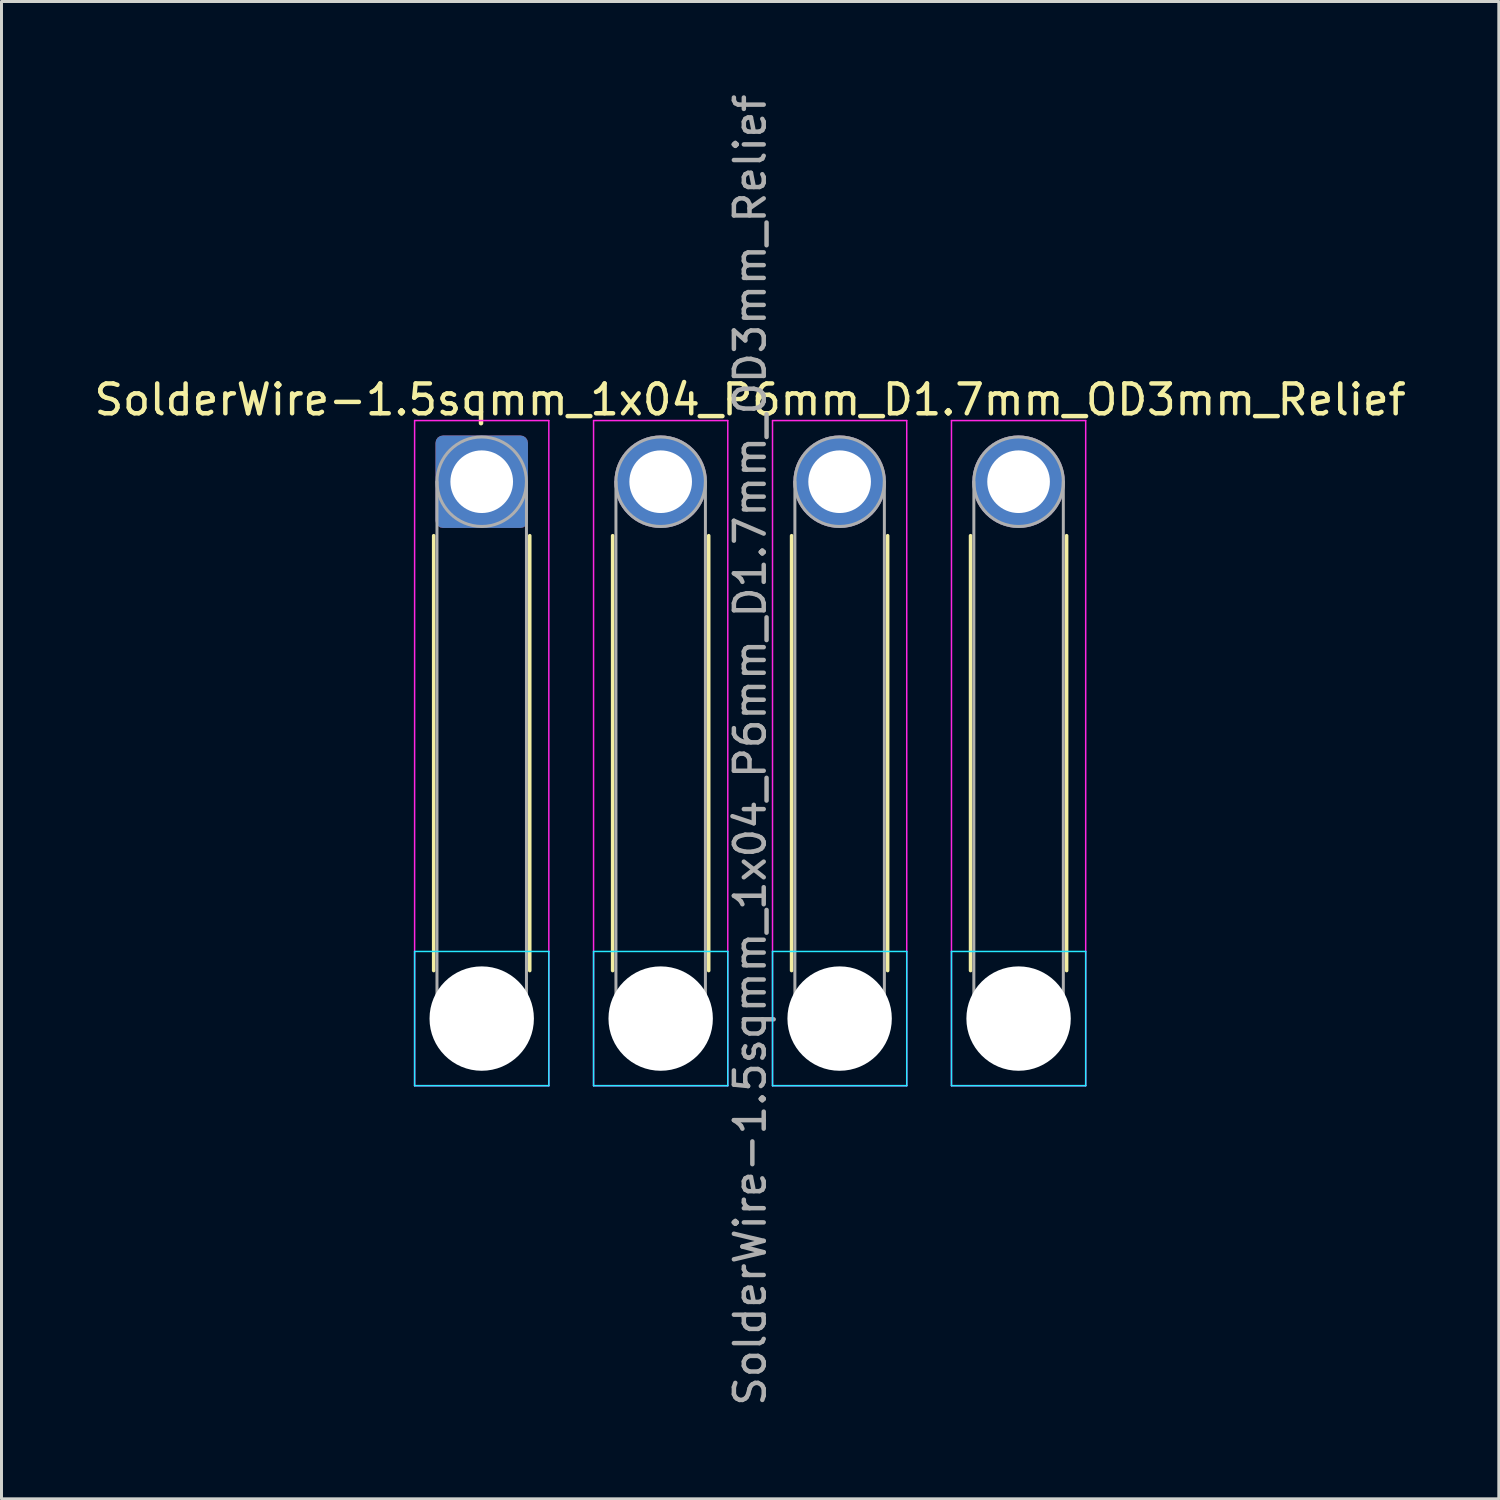
<source format=kicad_pcb>
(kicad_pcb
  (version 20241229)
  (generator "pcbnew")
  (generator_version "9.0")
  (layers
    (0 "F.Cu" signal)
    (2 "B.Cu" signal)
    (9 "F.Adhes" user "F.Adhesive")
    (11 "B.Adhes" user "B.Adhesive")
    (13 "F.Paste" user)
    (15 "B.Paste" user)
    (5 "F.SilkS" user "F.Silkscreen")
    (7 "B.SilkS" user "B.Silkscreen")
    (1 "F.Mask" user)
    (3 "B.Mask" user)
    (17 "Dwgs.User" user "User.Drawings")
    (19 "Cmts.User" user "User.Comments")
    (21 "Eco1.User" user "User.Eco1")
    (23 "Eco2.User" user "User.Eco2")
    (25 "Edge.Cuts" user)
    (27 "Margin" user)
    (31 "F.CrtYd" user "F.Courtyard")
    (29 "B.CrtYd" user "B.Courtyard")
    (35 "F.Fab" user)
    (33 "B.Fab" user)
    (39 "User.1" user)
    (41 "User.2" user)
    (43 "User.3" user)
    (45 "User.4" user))
  (footprint "SolderWire-1.5sqmm_1x04_P6mm_D1.7mm_OD3mm_Relief"
    (layer "F.Cu")
    (at 13.101 13.101)
    (property "Reference" "SolderWire-1.5sqmm_1x04_P6mm_D1.7mm_OD3mm_Relief" (at 9 -2.75 0) (layer "F.SilkS") (effects (font (size 1 1) (thickness 0.15))))
    (attr exclude_from_pos_files exclude_from_bom)
    (fp_line (start -1.61 1.81) (end -1.61 16.39) (stroke (width 0.12) (type solid)) (layer "F.SilkS"))
    (fp_line (start 1.61 1.81) (end 1.61 16.39) (stroke (width 0.12) (type solid)) (layer "F.SilkS"))
    (fp_line (start 4.39 1.81) (end 4.39 16.39) (stroke (width 0.12) (type solid)) (layer "F.SilkS"))
    (fp_line (start 7.61 1.81) (end 7.61 16.39) (stroke (width 0.12) (type solid)) (layer "F.SilkS"))
    (fp_line (start 10.39 1.81) (end 10.39 16.39) (stroke (width 0.12) (type solid)) (layer "F.SilkS"))
    (fp_line (start 13.61 1.81) (end 13.61 16.39) (stroke (width 0.12) (type solid)) (layer "F.SilkS"))
    (fp_line (start 16.39 1.81) (end 16.39 16.39) (stroke (width 0.12) (type solid)) (layer "F.SilkS"))
    (fp_line (start 19.61 1.81) (end 19.61 16.39) (stroke (width 0.12) (type solid)) (layer "F.SilkS"))
    (fp_line (start -2.25 15.75) (end -2.25 20.25) (stroke (width 0.05) (type solid)) (layer "B.CrtYd"))
    (fp_line (start -2.25 20.25) (end 2.25 20.25) (stroke (width 0.05) (type solid)) (layer "B.CrtYd"))
    (fp_line (start 2.25 15.75) (end -2.25 15.75) (stroke (width 0.05) (type solid)) (layer "B.CrtYd"))
    (fp_line (start 2.25 20.25) (end 2.25 15.75) (stroke (width 0.05) (type solid)) (layer "B.CrtYd"))
    (fp_line (start 3.75 15.75) (end 3.75 20.25) (stroke (width 0.05) (type solid)) (layer "B.CrtYd"))
    (fp_line (start 3.75 20.25) (end 8.25 20.25) (stroke (width 0.05) (type solid)) (layer "B.CrtYd"))
    (fp_line (start 8.25 15.75) (end 3.75 15.75) (stroke (width 0.05) (type solid)) (layer "B.CrtYd"))
    (fp_line (start 8.25 20.25) (end 8.25 15.75) (stroke (width 0.05) (type solid)) (layer "B.CrtYd"))
    (fp_line (start 9.75 15.75) (end 9.75 20.25) (stroke (width 0.05) (type solid)) (layer "B.CrtYd"))
    (fp_line (start 9.75 20.25) (end 14.25 20.25) (stroke (width 0.05) (type solid)) (layer "B.CrtYd"))
    (fp_line (start 14.25 15.75) (end 9.75 15.75) (stroke (width 0.05) (type solid)) (layer "B.CrtYd"))
    (fp_line (start 14.25 20.25) (end 14.25 15.75) (stroke (width 0.05) (type solid)) (layer "B.CrtYd"))
    (fp_line (start 15.75 15.75) (end 15.75 20.25) (stroke (width 0.05) (type solid)) (layer "B.CrtYd"))
    (fp_line (start 15.75 20.25) (end 20.25 20.25) (stroke (width 0.05) (type solid)) (layer "B.CrtYd"))
    (fp_line (start 20.25 15.75) (end 15.75 15.75) (stroke (width 0.05) (type solid)) (layer "B.CrtYd"))
    (fp_line (start 20.25 20.25) (end 20.25 15.75) (stroke (width 0.05) (type solid)) (layer "B.CrtYd"))
    (fp_line (start -2.25 -2.05) (end -2.25 20.25) (stroke (width 0.05) (type solid)) (layer "F.CrtYd"))
    (fp_line (start -2.25 20.25) (end 2.25 20.25) (stroke (width 0.05) (type solid)) (layer "F.CrtYd"))
    (fp_line (start 2.25 -2.05) (end -2.25 -2.05) (stroke (width 0.05) (type solid)) (layer "F.CrtYd"))
    (fp_line (start 2.25 20.25) (end 2.25 -2.05) (stroke (width 0.05) (type solid)) (layer "F.CrtYd"))
    (fp_line (start 3.75 -2.05) (end 3.75 20.25) (stroke (width 0.05) (type solid)) (layer "F.CrtYd"))
    (fp_line (start 3.75 20.25) (end 8.25 20.25) (stroke (width 0.05) (type solid)) (layer "F.CrtYd"))
    (fp_line (start 8.25 -2.05) (end 3.75 -2.05) (stroke (width 0.05) (type solid)) (layer "F.CrtYd"))
    (fp_line (start 8.25 20.25) (end 8.25 -2.05) (stroke (width 0.05) (type solid)) (layer "F.CrtYd"))
    (fp_line (start 9.75 -2.05) (end 9.75 20.25) (stroke (width 0.05) (type solid)) (layer "F.CrtYd"))
    (fp_line (start 9.75 20.25) (end 14.25 20.25) (stroke (width 0.05) (type solid)) (layer "F.CrtYd"))
    (fp_line (start 14.25 -2.05) (end 9.75 -2.05) (stroke (width 0.05) (type solid)) (layer "F.CrtYd"))
    (fp_line (start 14.25 20.25) (end 14.25 -2.05) (stroke (width 0.05) (type solid)) (layer "F.CrtYd"))
    (fp_line (start 15.75 -2.05) (end 15.75 20.25) (stroke (width 0.05) (type solid)) (layer "F.CrtYd"))
    (fp_line (start 15.75 20.25) (end 20.25 20.25) (stroke (width 0.05) (type solid)) (layer "F.CrtYd"))
    (fp_line (start 20.25 -2.05) (end 15.75 -2.05) (stroke (width 0.05) (type solid)) (layer "F.CrtYd"))
    (fp_line (start 20.25 20.25) (end 20.25 -2.05) (stroke (width 0.05) (type solid)) (layer "F.CrtYd"))
    (fp_line (start -1.5 0) (end -1.5 18) (stroke (width 0.1) (type solid)) (layer "F.Fab"))
    (fp_line (start 1.5 0) (end 1.5 18) (stroke (width 0.1) (type solid)) (layer "F.Fab"))
    (fp_line (start 4.5 0) (end 4.5 18) (stroke (width 0.1) (type solid)) (layer "F.Fab"))
    (fp_line (start 7.5 0) (end 7.5 18) (stroke (width 0.1) (type solid)) (layer "F.Fab"))
    (fp_line (start 10.5 0) (end 10.5 18) (stroke (width 0.1) (type solid)) (layer "F.Fab"))
    (fp_line (start 13.5 0) (end 13.5 18) (stroke (width 0.1) (type solid)) (layer "F.Fab"))
    (fp_line (start 16.5 0) (end 16.5 18) (stroke (width 0.1) (type solid)) (layer "F.Fab"))
    (fp_line (start 19.5 0) (end 19.5 18) (stroke (width 0.1) (type solid)) (layer "F.Fab"))
    (fp_circle (center 0 0) (end 1.5 0) (stroke (width 0.1) (type solid)) (fill no) (layer "F.Fab"))
    (fp_circle (center 0 18) (end 1.5 18) (stroke (width 0.1) (type solid)) (fill no) (layer "F.Fab"))
    (fp_circle (center 6 0) (end 7.5 0) (stroke (width 0.1) (type solid)) (fill no) (layer "F.Fab"))
    (fp_circle (center 6 18) (end 7.5 18) (stroke (width 0.1) (type solid)) (fill no) (layer "F.Fab"))
    (fp_circle (center 12 0) (end 13.5 0) (stroke (width 0.1) (type solid)) (fill no) (layer "F.Fab"))
    (fp_circle (center 12 18) (end 13.5 18) (stroke (width 0.1) (type solid)) (fill no) (layer "F.Fab"))
    (fp_circle (center 18 0) (end 19.5 0) (stroke (width 0.1) (type solid)) (fill no) (layer "F.Fab"))
    (fp_circle (center 18 18) (end 19.5 18) (stroke (width 0.1) (type solid)) (fill no) (layer "F.Fab"))
    (fp_text user "${REFERENCE}" (at 9 9 90) (layer "F.Fab") (effects (font (size 1 1) (thickness 0.15))))
    (pad "" np_thru_hole circle (at 0 18) (size 3.5 3.5) (drill 3.5) (layers "*.Cu" "*.Mask"))
    (pad "" np_thru_hole circle (at 6 18) (size 3.5 3.5) (drill 3.5) (layers "*.Cu" "*.Mask"))
    (pad "" np_thru_hole circle (at 12 18) (size 3.5 3.5) (drill 3.5) (layers "*.Cu" "*.Mask"))
    (pad "" np_thru_hole circle (at 18 18) (size 3.5 3.5) (drill 3.5) (layers "*.Cu" "*.Mask"))
    (pad "1" thru_hole roundrect (at 0 0) (size 3.1 3.1) (drill 2.1) (layers "*.Cu" "*.Mask") (roundrect_rratio 0.081))
    (pad "2" thru_hole circle (at 6 0) (size 3.1 3.1) (drill 2.1) (layers "*.Cu" "*.Mask"))
    (pad "3" thru_hole circle (at 12 0) (size 3.1 3.1) (drill 2.1) (layers "*.Cu" "*.Mask"))
    (pad "4" thru_hole circle (at 18 0) (size 3.1 3.1) (drill 2.1) (layers "*.Cu" "*.Mask")))
  (gr_rect
    (start -3 -3)
    (end 47.202 47.202)
    (stroke (width 0.1) (type default))
    (fill no)
    (layer "Edge.Cuts")))
</source>
